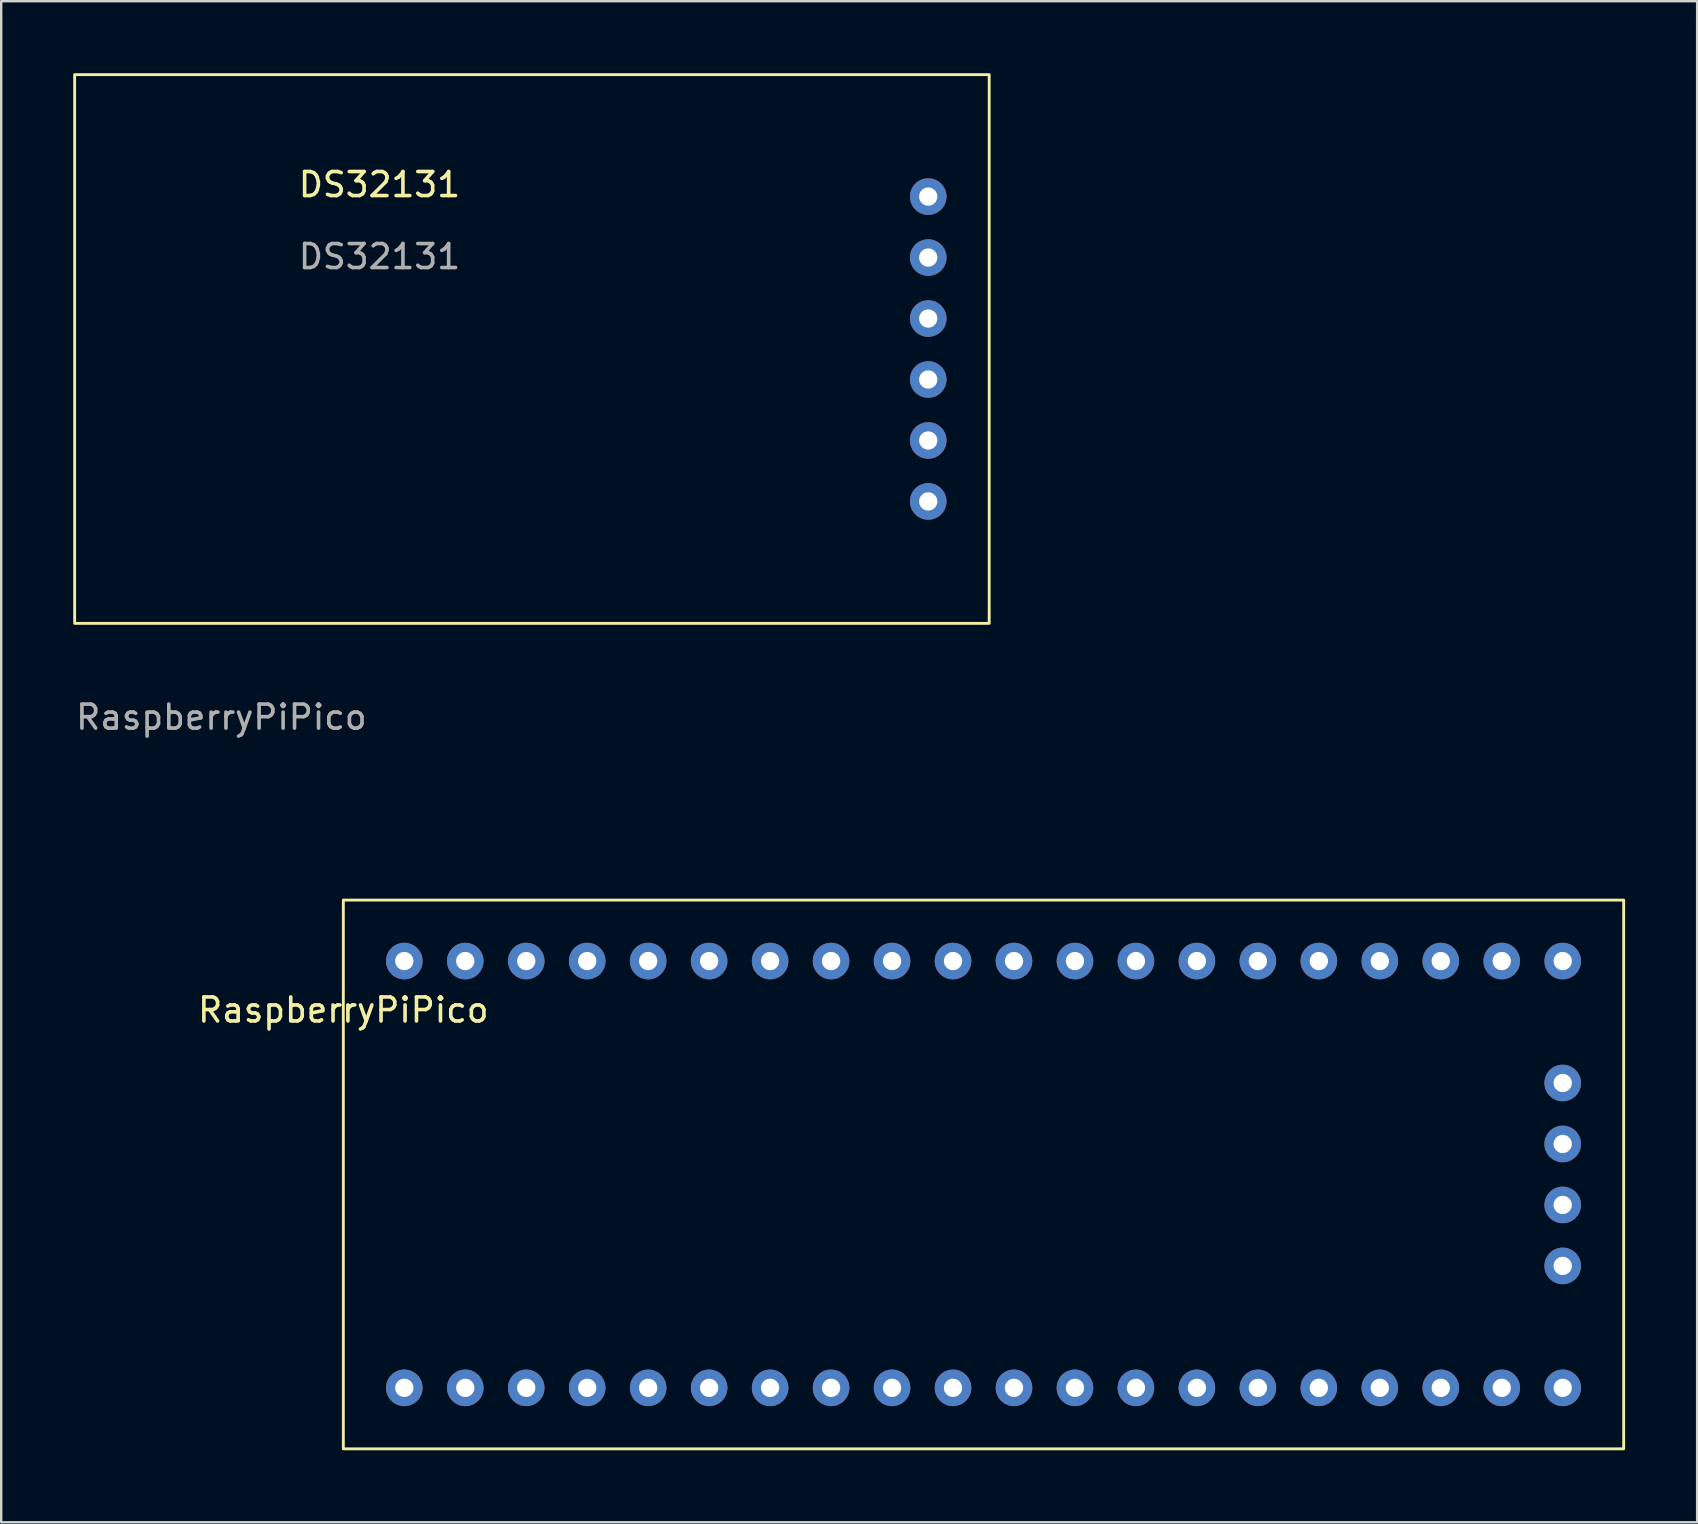
<source format=kicad_pcb>
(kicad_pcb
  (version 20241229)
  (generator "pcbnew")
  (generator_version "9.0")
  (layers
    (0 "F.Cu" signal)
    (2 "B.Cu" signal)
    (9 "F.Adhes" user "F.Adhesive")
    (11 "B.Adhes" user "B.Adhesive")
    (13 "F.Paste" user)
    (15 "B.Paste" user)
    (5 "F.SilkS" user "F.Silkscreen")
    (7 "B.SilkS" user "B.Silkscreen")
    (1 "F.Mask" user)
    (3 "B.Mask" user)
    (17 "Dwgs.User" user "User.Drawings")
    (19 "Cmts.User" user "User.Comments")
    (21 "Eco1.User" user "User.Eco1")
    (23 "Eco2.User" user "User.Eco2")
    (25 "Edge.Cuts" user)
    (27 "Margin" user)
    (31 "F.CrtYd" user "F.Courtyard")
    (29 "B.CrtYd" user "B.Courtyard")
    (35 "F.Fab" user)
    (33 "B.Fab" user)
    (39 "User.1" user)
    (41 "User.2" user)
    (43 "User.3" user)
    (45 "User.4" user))
  (footprint "RaspberryPiPico"
    (layer "F.Cu")
    (at 11.253 39.528)
    (property "Reference" "RaspberryPiPico" (at 0 -0.5 0) (unlocked yes) (layer "F.SilkS") (effects (font (size 1 1) (thickness 0.15))))
    (attr through_hole)
    (fp_rect (start 0 -5.08) (end 53.34 17.78) (stroke (width 0.12) (type default)) (fill no) (layer "F.SilkS"))
    (fp_text user "${REFERENCE}" (at -5.08 -12.7 0) (unlocked yes) (layer "F.Fab") (effects (font (size 1 1) (thickness 0.15))))
    (pad "1" thru_hole circle (at 2.54 15.24) (size 1.524 1.524) (drill 0.762) (layers "*.Cu" "*.Mask"))
    (pad "2" thru_hole circle (at 5.08 15.24) (size 1.524 1.524) (drill 0.762) (layers "*.Cu" "*.Mask"))
    (pad "3" thru_hole circle (at 7.62 15.24) (size 1.524 1.524) (drill 0.762) (layers "*.Cu" "*.Mask"))
    (pad "4" thru_hole circle (at 10.16 15.24) (size 1.524 1.524) (drill 0.762) (layers "*.Cu" "*.Mask"))
    (pad "5" thru_hole circle (at 12.7 15.24) (size 1.524 1.524) (drill 0.762) (layers "*.Cu" "*.Mask"))
    (pad "6" thru_hole circle (at 15.24 15.24) (size 1.524 1.524) (drill 0.762) (layers "*.Cu" "*.Mask"))
    (pad "7" thru_hole circle (at 17.78 15.24) (size 1.524 1.524) (drill 0.762) (layers "*.Cu" "*.Mask"))
    (pad "8" thru_hole circle (at 20.32 15.24) (size 1.524 1.524) (drill 0.762) (layers "*.Cu" "*.Mask"))
    (pad "9" thru_hole circle (at 22.86 15.24) (size 1.524 1.524) (drill 0.762) (layers "*.Cu" "*.Mask"))
    (pad "10" thru_hole circle (at 25.4 15.24) (size 1.524 1.524) (drill 0.762) (layers "*.Cu" "*.Mask"))
    (pad "11" thru_hole circle (at 27.94 15.24) (size 1.524 1.524) (drill 0.762) (layers "*.Cu" "*.Mask"))
    (pad "12" thru_hole circle (at 30.48 15.24) (size 1.524 1.524) (drill 0.762) (layers "*.Cu" "*.Mask"))
    (pad "13" thru_hole circle (at 33.02 15.24) (size 1.524 1.524) (drill 0.762) (layers "*.Cu" "*.Mask"))
    (pad "14" thru_hole circle (at 35.56 15.24) (size 1.524 1.524) (drill 0.762) (layers "*.Cu" "*.Mask"))
    (pad "15" thru_hole circle (at 38.1 15.24) (size 1.524 1.524) (drill 0.762) (layers "*.Cu" "*.Mask"))
    (pad "16" thru_hole circle (at 40.64 15.24) (size 1.524 1.524) (drill 0.762) (layers "*.Cu" "*.Mask"))
    (pad "17" thru_hole circle (at 43.18 15.24) (size 1.524 1.524) (drill 0.762) (layers "*.Cu" "*.Mask"))
    (pad "18" thru_hole circle (at 45.72 15.24) (size 1.524 1.524) (drill 0.762) (layers "*.Cu" "*.Mask"))
    (pad "19" thru_hole circle (at 48.26 15.24) (size 1.524 1.524) (drill 0.762) (layers "*.Cu" "*.Mask"))
    (pad "20" thru_hole circle (at 50.8 15.24) (size 1.524 1.524) (drill 0.762) (layers "*.Cu" "*.Mask"))
    (pad "21" thru_hole circle (at 50.8 10.16) (size 1.524 1.524) (drill 0.762) (layers "*.Cu" "*.Mask"))
    (pad "22" thru_hole circle (at 50.8 7.62) (size 1.524 1.524) (drill 0.762) (layers "*.Cu" "*.Mask"))
    (pad "23" thru_hole circle (at 50.8 5.08) (size 1.524 1.524) (drill 0.762) (layers "*.Cu" "*.Mask"))
    (pad "24" thru_hole circle (at 50.8 2.54) (size 1.524 1.524) (drill 0.762) (layers "*.Cu" "*.Mask"))
    (pad "25" thru_hole circle (at 50.8 -2.54) (size 1.524 1.524) (drill 0.762) (layers "*.Cu" "*.Mask"))
    (pad "26" thru_hole circle (at 48.26 -2.54) (size 1.524 1.524) (drill 0.762) (layers "*.Cu" "*.Mask"))
    (pad "27" thru_hole circle (at 45.72 -2.54) (size 1.524 1.524) (drill 0.762) (layers "*.Cu" "*.Mask"))
    (pad "28" thru_hole circle (at 43.18 -2.54) (size 1.524 1.524) (drill 0.762) (layers "*.Cu" "*.Mask"))
    (pad "29" thru_hole circle (at 40.64 -2.54) (size 1.524 1.524) (drill 0.762) (layers "*.Cu" "*.Mask"))
    (pad "30" thru_hole circle (at 38.1 -2.54) (size 1.524 1.524) (drill 0.762) (layers "*.Cu" "*.Mask"))
    (pad "31" thru_hole circle (at 35.56 -2.54) (size 1.524 1.524) (drill 0.762) (layers "*.Cu" "*.Mask"))
    (pad "32" thru_hole circle (at 33.02 -2.54) (size 1.524 1.524) (drill 0.762) (layers "*.Cu" "*.Mask"))
    (pad "33" thru_hole circle (at 30.48 -2.54) (size 1.524 1.524) (drill 0.762) (layers "*.Cu" "*.Mask"))
    (pad "34" thru_hole circle (at 27.94 -2.54) (size 1.524 1.524) (drill 0.762) (layers "*.Cu" "*.Mask"))
    (pad "35" thru_hole circle (at 25.4 -2.54) (size 1.524 1.524) (drill 0.762) (layers "*.Cu" "*.Mask"))
    (pad "36" thru_hole circle (at 22.86 -2.54) (size 1.524 1.524) (drill 0.762) (layers "*.Cu" "*.Mask"))
    (pad "37" thru_hole circle (at 20.32 -2.54) (size 1.524 1.524) (drill 0.762) (layers "*.Cu" "*.Mask"))
    (pad "38" thru_hole circle (at 17.78 -2.54) (size 1.524 1.524) (drill 0.762) (layers "*.Cu" "*.Mask"))
    (pad "39" thru_hole circle (at 15.24 -2.54) (size 1.524 1.524) (drill 0.762) (layers "*.Cu" "*.Mask"))
    (pad "40" thru_hole circle (at 12.7 -2.54) (size 1.524 1.524) (drill 0.762) (layers "*.Cu" "*.Mask"))
    (pad "41" thru_hole circle (at 10.16 -2.54) (size 1.524 1.524) (drill 0.762) (layers "*.Cu" "*.Mask"))
    (pad "42" thru_hole circle (at 7.62 -2.54) (size 1.524 1.524) (drill 0.762) (layers "*.Cu" "*.Mask"))
    (pad "43" thru_hole circle (at 5.08 -2.54) (size 1.524 1.524) (drill 0.762) (layers "*.Cu" "*.Mask"))
    (pad "44" thru_hole circle (at 2.54 -2.54) (size 1.524 1.524) (drill 0.762) (layers "*.Cu" "*.Mask")))
  (footprint "DS32131"
    (layer "F.Cu")
    (at 12.76 5.14)
    (property "Reference" "DS32131" (at 0 -0.5 0) (unlocked yes) (layer "F.SilkS") (effects (font (size 1 1) (thickness 0.15))))
    (attr through_hole)
    (fp_rect (start -12.7 -5.08) (end 25.4 17.78) (stroke (width 0.12) (type default)) (fill no) (layer "F.SilkS"))
    (fp_text user "${REFERENCE}" (at 0 2.5 0) (unlocked yes) (layer "F.Fab") (effects (font (size 1 1) (thickness 0.15))))
    (pad "1" thru_hole circle (at 22.86 0) (size 1.524 1.524) (drill 0.762) (layers "*.Cu" "*.Mask"))
    (pad "2" thru_hole circle (at 22.86 2.54) (size 1.524 1.524) (drill 0.762) (layers "*.Cu" "*.Mask"))
    (pad "3" thru_hole circle (at 22.86 5.08) (size 1.524 1.524) (drill 0.762) (layers "*.Cu" "*.Mask"))
    (pad "4" thru_hole circle (at 22.86 7.62) (size 1.524 1.524) (drill 0.762) (layers "*.Cu" "*.Mask"))
    (pad "5" thru_hole circle (at 22.86 10.16) (size 1.524 1.524) (drill 0.762) (layers "*.Cu" "*.Mask"))
    (pad "6" thru_hole circle (at 22.86 12.7) (size 1.524 1.524) (drill 0.762) (layers "*.Cu" "*.Mask")))
  (gr_rect
    (start -3 -3)
    (end 67.653 60.368)
    (stroke (width 0.1) (type default))
    (fill no)
    (layer "Edge.Cuts")))
</source>
